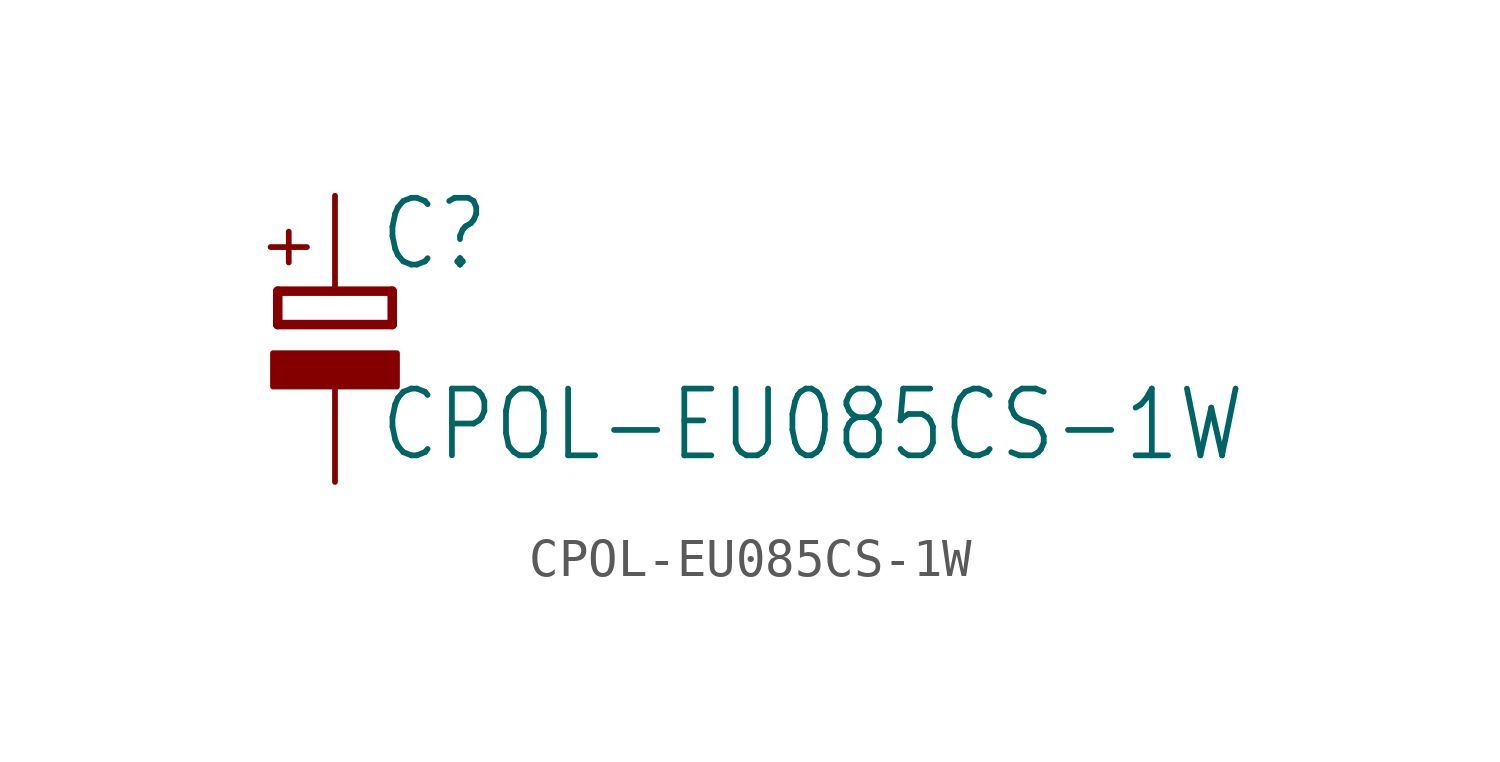
<source format=kicad_sym>
(kicad_symbol_lib
  (version 20220914)
  (generator kicad_symbol_editor)
  (symbol "CPOL-EU085CS-1W"
    (property "Reference" "C"
      (at 1.143 0.483 0)
      (effects (font (size 1.778 1.511)) (justify left bottom)))
    (property "Value" "CPOL-EU085CS-1W"
      (at 1.143 -4.597 0)
      (effects (font (size 1.778 1.511)) (justify left bottom)))
    (property "ki_locked" ""
      (at 0 0 0)
      (effects (font (size 1.27 1.27))))
    (symbol "CPOL-EU085CS-1W_1_0"
      (rectangle (start -1.651 -2.54) (end 1.651 -1.651) (stroke (width 0) (type default)) (fill (type outline)))
      (polyline (pts (xy -1.524 -0.889) (xy 1.524 -0.889)) (stroke (width 0.254) (type default)) (fill (type none)))
      (polyline (pts (xy -1.524 0) (xy -1.524 -0.889)) (stroke (width 0.254) (type default)) (fill (type none)))
      (polyline (pts (xy -1.524 0) (xy 1.524 0)) (stroke (width 0.254) (type default)) (fill (type none)))
      (polyline (pts (xy 1.524 -0.889) (xy 1.524 0)) (stroke (width 0.254) (type default)) (fill (type none)))
      (text "+" (at -0.584 0.406 900) (effects (font (size 1.27 1.079)) (justify left bottom)))
      (pin passive line (at 0 2.54 270) (length 2.54) (name "+" (effects (font (size 0 0)))) (number "+" (effects (font (size 0 0)))))
      (pin passive line (at 0 -5.08 90) (length 2.54) (name "-" (effects (font (size 0 0)))) (number "-" (effects (font (size 0 0))))))))
</source>
